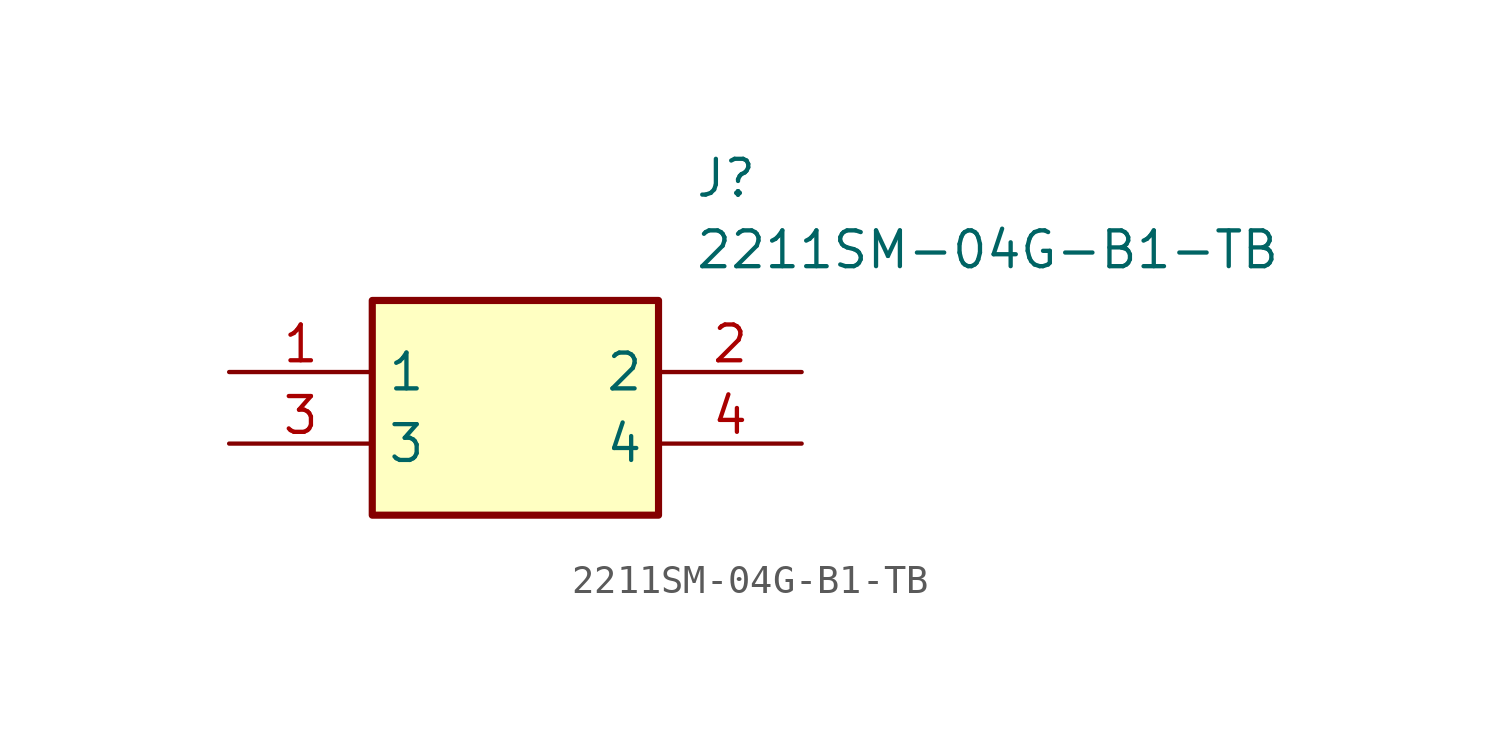
<source format=kicad_sym>
(kicad_symbol_lib
  (version 20211014)
  (generator SamacSys_ECAD_Model)
  (symbol "2211SM-04G-B1-TB"
    (property "Reference" "J"
      (at 16.51 7.62 0)
      (effects (font (size 1.27 1.27)) (justify left top)))
    (property "Value" "2211SM-04G-B1-TB"
      (at 16.51 5.08 0)
      (effects (font (size 1.27 1.27)) (justify left top)))
    (rectangle
      (start 5.08 2.54)
      (end 15.24 -5.08)
      (stroke (width 0.254) (type default))
      (fill (type background)))
    (pin passive line
      (at 0 0 0)
      (length 5.08)
      (name "1" (effects (font (size 1.27 1.27))))
      (number "1" (effects (font (size 1.27 1.27)))))
    (pin passive line
      (at 20.32 0 180)
      (length 5.08)
      (name "2" (effects (font (size 1.27 1.27))))
      (number "2" (effects (font (size 1.27 1.27)))))
    (pin passive line
      (at 0 -2.54 0)
      (length 5.08)
      (name "3" (effects (font (size 1.27 1.27))))
      (number "3" (effects (font (size 1.27 1.27)))))
    (pin passive line
      (at 20.32 -2.54 180)
      (length 5.08)
      (name "4" (effects (font (size 1.27 1.27))))
      (number "4" (effects (font (size 1.27 1.27)))))))
</source>
